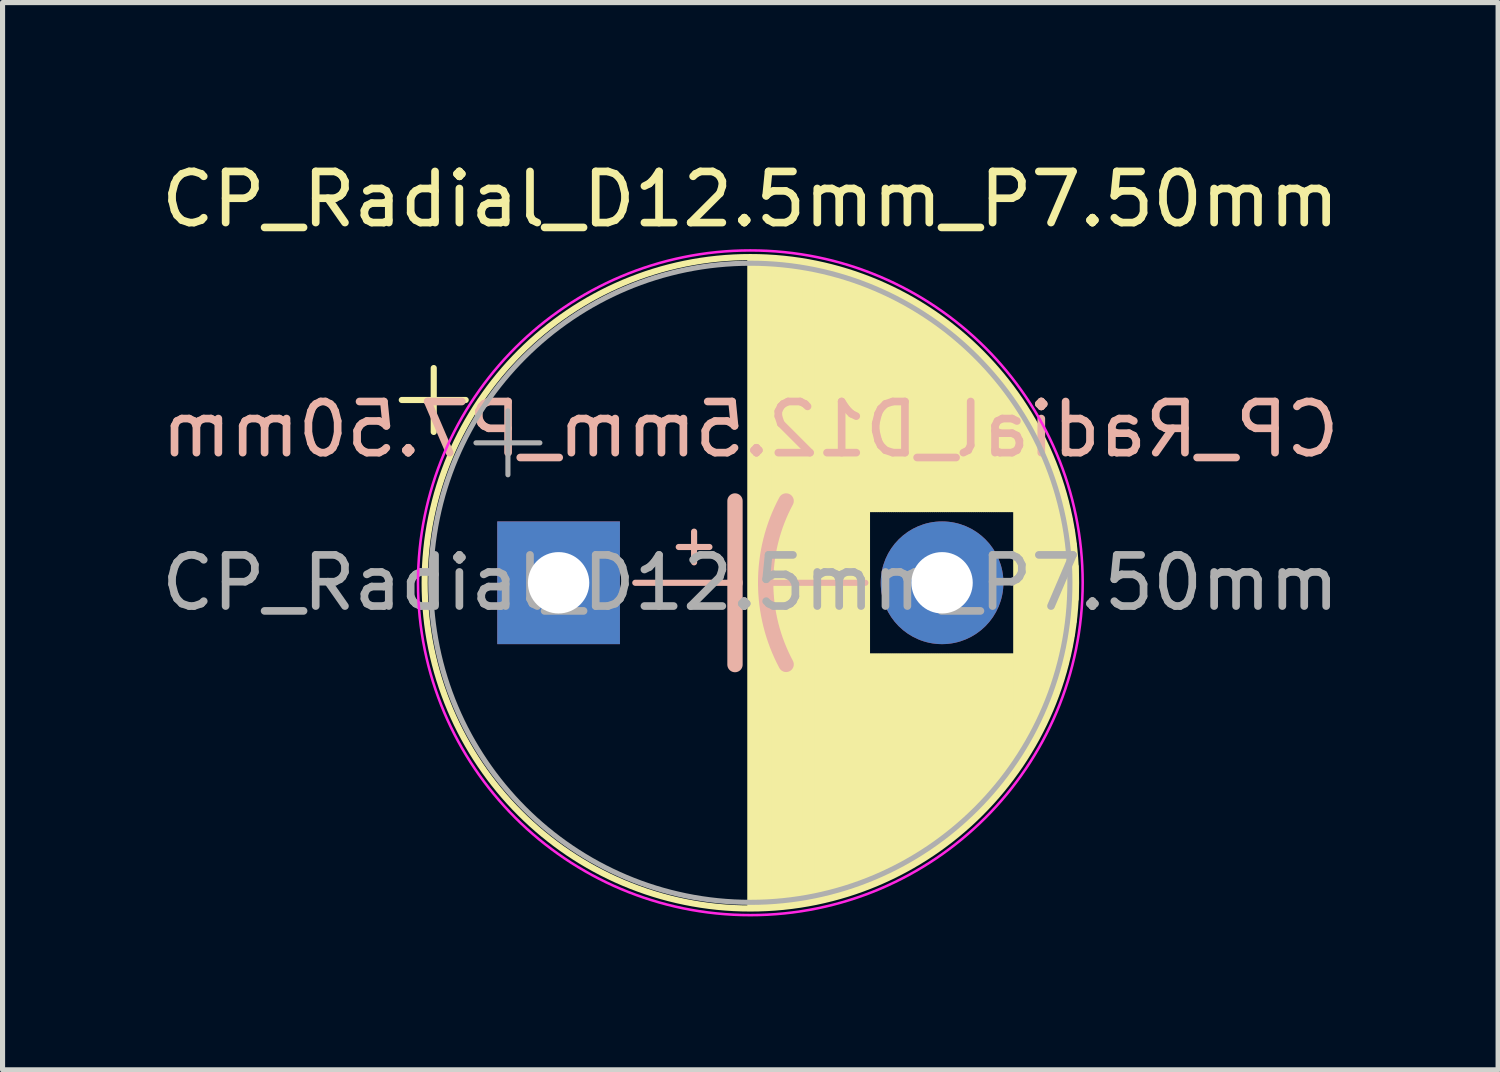
<source format=kicad_pcb>
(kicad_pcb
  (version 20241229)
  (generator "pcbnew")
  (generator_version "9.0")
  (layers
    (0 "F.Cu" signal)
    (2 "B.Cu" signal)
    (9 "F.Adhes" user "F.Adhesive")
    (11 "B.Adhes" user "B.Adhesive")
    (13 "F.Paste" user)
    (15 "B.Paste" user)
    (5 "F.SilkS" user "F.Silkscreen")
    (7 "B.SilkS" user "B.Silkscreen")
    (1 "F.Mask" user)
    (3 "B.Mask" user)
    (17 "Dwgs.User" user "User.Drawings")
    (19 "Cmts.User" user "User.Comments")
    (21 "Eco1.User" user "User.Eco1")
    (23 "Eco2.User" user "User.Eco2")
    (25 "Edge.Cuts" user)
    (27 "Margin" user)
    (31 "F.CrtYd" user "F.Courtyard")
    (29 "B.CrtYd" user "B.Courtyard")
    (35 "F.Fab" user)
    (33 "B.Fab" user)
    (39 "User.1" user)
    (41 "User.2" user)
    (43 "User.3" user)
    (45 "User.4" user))
  (footprint "CP_Radial_D12.5mm_P7.50mm"
    (layer "F.Cu")
    (at 7.875 8.348)
    (property "Reference" "CP_Radial_D12.5mm_P7.50mm" (at 3.75 -7.5 0) (layer "F.SilkS") (effects (font (size 1 1) (thickness 0.15))))
    (fp_line (start -3.067 -3.575) (end -1.817 -3.575) (stroke (width 0.12) (type solid)) (layer "F.SilkS"))
    (fp_line (start -2.442 -4.2) (end -2.442 -2.95) (stroke (width 0.12) (type solid)) (layer "F.SilkS"))
    (fp_line (start 3.75 -6.33) (end 3.75 6.33) (stroke (width 0.12) (type solid)) (layer "F.SilkS"))
    (fp_line (start 3.79 -6.33) (end 3.79 6.33) (stroke (width 0.12) (type solid)) (layer "F.SilkS"))
    (fp_line (start 3.83 -6.33) (end 3.83 6.33) (stroke (width 0.12) (type solid)) (layer "F.SilkS"))
    (fp_line (start 3.87 -6.329) (end 3.87 6.329) (stroke (width 0.12) (type solid)) (layer "F.SilkS"))
    (fp_line (start 3.91 -6.328) (end 3.91 6.328) (stroke (width 0.12) (type solid)) (layer "F.SilkS"))
    (fp_line (start 3.95 -6.327) (end 3.95 6.327) (stroke (width 0.12) (type solid)) (layer "F.SilkS"))
    (fp_line (start 3.99 -6.326) (end 3.99 6.326) (stroke (width 0.12) (type solid)) (layer "F.SilkS"))
    (fp_line (start 4.03 -6.324) (end 4.03 6.324) (stroke (width 0.12) (type solid)) (layer "F.SilkS"))
    (fp_line (start 4.07 -6.322) (end 4.07 6.322) (stroke (width 0.12) (type solid)) (layer "F.SilkS"))
    (fp_line (start 4.11 -6.32) (end 4.11 6.32) (stroke (width 0.12) (type solid)) (layer "F.SilkS"))
    (fp_line (start 4.15 -6.318) (end 4.15 6.318) (stroke (width 0.12) (type solid)) (layer "F.SilkS"))
    (fp_line (start 4.19 -6.315) (end 4.19 6.315) (stroke (width 0.12) (type solid)) (layer "F.SilkS"))
    (fp_line (start 4.23 -6.312) (end 4.23 6.312) (stroke (width 0.12) (type solid)) (layer "F.SilkS"))
    (fp_line (start 4.27 -6.309) (end 4.27 6.309) (stroke (width 0.12) (type solid)) (layer "F.SilkS"))
    (fp_line (start 4.31 -6.306) (end 4.31 6.306) (stroke (width 0.12) (type solid)) (layer "F.SilkS"))
    (fp_line (start 4.35 -6.302) (end 4.35 6.302) (stroke (width 0.12) (type solid)) (layer "F.SilkS"))
    (fp_line (start 4.39 -6.298) (end 4.39 6.298) (stroke (width 0.12) (type solid)) (layer "F.SilkS"))
    (fp_line (start 4.43 -6.294) (end 4.43 6.294) (stroke (width 0.12) (type solid)) (layer "F.SilkS"))
    (fp_line (start 4.471 -6.29) (end 4.471 6.29) (stroke (width 0.12) (type solid)) (layer "F.SilkS"))
    (fp_line (start 4.511 -6.285) (end 4.511 6.285) (stroke (width 0.12) (type solid)) (layer "F.SilkS"))
    (fp_line (start 4.551 -6.28) (end 4.551 6.28) (stroke (width 0.12) (type solid)) (layer "F.SilkS"))
    (fp_line (start 4.591 -6.275) (end 4.591 6.275) (stroke (width 0.12) (type solid)) (layer "F.SilkS"))
    (fp_line (start 4.631 -6.269) (end 4.631 6.269) (stroke (width 0.12) (type solid)) (layer "F.SilkS"))
    (fp_line (start 4.671 -6.264) (end 4.671 6.264) (stroke (width 0.12) (type solid)) (layer "F.SilkS"))
    (fp_line (start 4.711 -6.258) (end 4.711 6.258) (stroke (width 0.12) (type solid)) (layer "F.SilkS"))
    (fp_line (start 4.751 -6.252) (end 4.751 6.252) (stroke (width 0.12) (type solid)) (layer "F.SilkS"))
    (fp_line (start 4.791 -6.245) (end 4.791 6.245) (stroke (width 0.12) (type solid)) (layer "F.SilkS"))
    (fp_line (start 4.831 -6.238) (end 4.831 6.238) (stroke (width 0.12) (type solid)) (layer "F.SilkS"))
    (fp_line (start 4.871 -6.231) (end 4.871 6.231) (stroke (width 0.12) (type solid)) (layer "F.SilkS"))
    (fp_line (start 4.911 -6.224) (end 4.911 6.224) (stroke (width 0.12) (type solid)) (layer "F.SilkS"))
    (fp_line (start 4.951 -6.216) (end 4.951 6.216) (stroke (width 0.12) (type solid)) (layer "F.SilkS"))
    (fp_line (start 4.991 -6.209) (end 4.991 6.209) (stroke (width 0.12) (type solid)) (layer "F.SilkS"))
    (fp_line (start 5.031 -6.201) (end 5.031 6.201) (stroke (width 0.12) (type solid)) (layer "F.SilkS"))
    (fp_line (start 5.071 -6.192) (end 5.071 6.192) (stroke (width 0.12) (type solid)) (layer "F.SilkS"))
    (fp_line (start 5.111 -6.184) (end 5.111 6.184) (stroke (width 0.12) (type solid)) (layer "F.SilkS"))
    (fp_line (start 5.151 -6.175) (end 5.151 6.175) (stroke (width 0.12) (type solid)) (layer "F.SilkS"))
    (fp_line (start 5.191 -6.166) (end 5.191 6.166) (stroke (width 0.12) (type solid)) (layer "F.SilkS"))
    (fp_line (start 5.231 -6.156) (end 5.231 6.156) (stroke (width 0.12) (type solid)) (layer "F.SilkS"))
    (fp_line (start 5.271 -6.146) (end 5.271 6.146) (stroke (width 0.12) (type solid)) (layer "F.SilkS"))
    (fp_line (start 5.311 -6.137) (end 5.311 6.137) (stroke (width 0.12) (type solid)) (layer "F.SilkS"))
    (fp_line (start 5.351 -6.126) (end 5.351 6.126) (stroke (width 0.12) (type solid)) (layer "F.SilkS"))
    (fp_line (start 5.391 -6.116) (end 5.391 6.116) (stroke (width 0.12) (type solid)) (layer "F.SilkS"))
    (fp_line (start 5.431 -6.105) (end 5.431 6.105) (stroke (width 0.12) (type solid)) (layer "F.SilkS"))
    (fp_line (start 5.471 -6.094) (end 5.471 6.094) (stroke (width 0.12) (type solid)) (layer "F.SilkS"))
    (fp_line (start 5.511 -6.083) (end 5.511 6.083) (stroke (width 0.12) (type solid)) (layer "F.SilkS"))
    (fp_line (start 5.551 -6.071) (end 5.551 6.071) (stroke (width 0.12) (type solid)) (layer "F.SilkS"))
    (fp_line (start 5.591 -6.059) (end 5.591 6.059) (stroke (width 0.12) (type solid)) (layer "F.SilkS"))
    (fp_line (start 5.631 -6.047) (end 5.631 6.047) (stroke (width 0.12) (type solid)) (layer "F.SilkS"))
    (fp_line (start 5.671 -6.034) (end 5.671 6.034) (stroke (width 0.12) (type solid)) (layer "F.SilkS"))
    (fp_line (start 5.711 -6.021) (end 5.711 6.021) (stroke (width 0.12) (type solid)) (layer "F.SilkS"))
    (fp_line (start 5.751 -6.008) (end 5.751 6.008) (stroke (width 0.12) (type solid)) (layer "F.SilkS"))
    (fp_line (start 5.791 -5.995) (end 5.791 5.995) (stroke (width 0.12) (type solid)) (layer "F.SilkS"))
    (fp_line (start 5.831 -5.981) (end 5.831 5.981) (stroke (width 0.12) (type solid)) (layer "F.SilkS"))
    (fp_line (start 5.871 -5.967) (end 5.871 5.967) (stroke (width 0.12) (type solid)) (layer "F.SilkS"))
    (fp_line (start 5.911 -5.953) (end 5.911 5.953) (stroke (width 0.12) (type solid)) (layer "F.SilkS"))
    (fp_line (start 5.951 -5.939) (end 5.951 5.939) (stroke (width 0.12) (type solid)) (layer "F.SilkS"))
    (fp_line (start 5.991 -5.924) (end 5.991 5.924) (stroke (width 0.12) (type solid)) (layer "F.SilkS"))
    (fp_line (start 6.031 -5.908) (end 6.031 5.908) (stroke (width 0.12) (type solid)) (layer "F.SilkS"))
    (fp_line (start 6.071 -5.893) (end 6.071 -1.44) (stroke (width 0.12) (type solid)) (layer "F.SilkS"))
    (fp_line (start 6.071 1.44) (end 6.071 5.893) (stroke (width 0.12) (type solid)) (layer "F.SilkS"))
    (fp_line (start 6.111 -5.877) (end 6.111 -1.44) (stroke (width 0.12) (type solid)) (layer "F.SilkS"))
    (fp_line (start 6.111 1.44) (end 6.111 5.877) (stroke (width 0.12) (type solid)) (layer "F.SilkS"))
    (fp_line (start 6.151 -5.861) (end 6.151 -1.44) (stroke (width 0.12) (type solid)) (layer "F.SilkS"))
    (fp_line (start 6.151 1.44) (end 6.151 5.861) (stroke (width 0.12) (type solid)) (layer "F.SilkS"))
    (fp_line (start 6.191 -5.845) (end 6.191 -1.44) (stroke (width 0.12) (type solid)) (layer "F.SilkS"))
    (fp_line (start 6.191 1.44) (end 6.191 5.845) (stroke (width 0.12) (type solid)) (layer "F.SilkS"))
    (fp_line (start 6.231 -5.828) (end 6.231 -1.44) (stroke (width 0.12) (type solid)) (layer "F.SilkS"))
    (fp_line (start 6.231 1.44) (end 6.231 5.828) (stroke (width 0.12) (type solid)) (layer "F.SilkS"))
    (fp_line (start 6.271 -5.811) (end 6.271 -1.44) (stroke (width 0.12) (type solid)) (layer "F.SilkS"))
    (fp_line (start 6.271 1.44) (end 6.271 5.811) (stroke (width 0.12) (type solid)) (layer "F.SilkS"))
    (fp_line (start 6.311 -5.793) (end 6.311 -1.44) (stroke (width 0.12) (type solid)) (layer "F.SilkS"))
    (fp_line (start 6.311 1.44) (end 6.311 5.793) (stroke (width 0.12) (type solid)) (layer "F.SilkS"))
    (fp_line (start 6.351 -5.776) (end 6.351 -1.44) (stroke (width 0.12) (type solid)) (layer "F.SilkS"))
    (fp_line (start 6.351 1.44) (end 6.351 5.776) (stroke (width 0.12) (type solid)) (layer "F.SilkS"))
    (fp_line (start 6.391 -5.758) (end 6.391 -1.44) (stroke (width 0.12) (type solid)) (layer "F.SilkS"))
    (fp_line (start 6.391 1.44) (end 6.391 5.758) (stroke (width 0.12) (type solid)) (layer "F.SilkS"))
    (fp_line (start 6.431 -5.739) (end 6.431 -1.44) (stroke (width 0.12) (type solid)) (layer "F.SilkS"))
    (fp_line (start 6.431 1.44) (end 6.431 5.739) (stroke (width 0.12) (type solid)) (layer "F.SilkS"))
    (fp_line (start 6.471 -5.721) (end 6.471 -1.44) (stroke (width 0.12) (type solid)) (layer "F.SilkS"))
    (fp_line (start 6.471 1.44) (end 6.471 5.721) (stroke (width 0.12) (type solid)) (layer "F.SilkS"))
    (fp_line (start 6.511 -5.702) (end 6.511 -1.44) (stroke (width 0.12) (type solid)) (layer "F.SilkS"))
    (fp_line (start 6.511 1.44) (end 6.511 5.702) (stroke (width 0.12) (type solid)) (layer "F.SilkS"))
    (fp_line (start 6.551 -5.682) (end 6.551 -1.44) (stroke (width 0.12) (type solid)) (layer "F.SilkS"))
    (fp_line (start 6.551 1.44) (end 6.551 5.682) (stroke (width 0.12) (type solid)) (layer "F.SilkS"))
    (fp_line (start 6.591 -5.662) (end 6.591 -1.44) (stroke (width 0.12) (type solid)) (layer "F.SilkS"))
    (fp_line (start 6.591 1.44) (end 6.591 5.662) (stroke (width 0.12) (type solid)) (layer "F.SilkS"))
    (fp_line (start 6.631 -5.642) (end 6.631 -1.44) (stroke (width 0.12) (type solid)) (layer "F.SilkS"))
    (fp_line (start 6.631 1.44) (end 6.631 5.642) (stroke (width 0.12) (type solid)) (layer "F.SilkS"))
    (fp_line (start 6.671 -5.622) (end 6.671 -1.44) (stroke (width 0.12) (type solid)) (layer "F.SilkS"))
    (fp_line (start 6.671 1.44) (end 6.671 5.622) (stroke (width 0.12) (type solid)) (layer "F.SilkS"))
    (fp_line (start 6.711 -5.601) (end 6.711 -1.44) (stroke (width 0.12) (type solid)) (layer "F.SilkS"))
    (fp_line (start 6.711 1.44) (end 6.711 5.601) (stroke (width 0.12) (type solid)) (layer "F.SilkS"))
    (fp_line (start 6.751 -5.58) (end 6.751 -1.44) (stroke (width 0.12) (type solid)) (layer "F.SilkS"))
    (fp_line (start 6.751 1.44) (end 6.751 5.58) (stroke (width 0.12) (type solid)) (layer "F.SilkS"))
    (fp_line (start 6.791 -5.558) (end 6.791 -1.44) (stroke (width 0.12) (type solid)) (layer "F.SilkS"))
    (fp_line (start 6.791 1.44) (end 6.791 5.558) (stroke (width 0.12) (type solid)) (layer "F.SilkS"))
    (fp_line (start 6.831 -5.536) (end 6.831 -1.44) (stroke (width 0.12) (type solid)) (layer "F.SilkS"))
    (fp_line (start 6.831 1.44) (end 6.831 5.536) (stroke (width 0.12) (type solid)) (layer "F.SilkS"))
    (fp_line (start 6.871 -5.514) (end 6.871 -1.44) (stroke (width 0.12) (type solid)) (layer "F.SilkS"))
    (fp_line (start 6.871 1.44) (end 6.871 5.514) (stroke (width 0.12) (type solid)) (layer "F.SilkS"))
    (fp_line (start 6.911 -5.491) (end 6.911 -1.44) (stroke (width 0.12) (type solid)) (layer "F.SilkS"))
    (fp_line (start 6.911 1.44) (end 6.911 5.491) (stroke (width 0.12) (type solid)) (layer "F.SilkS"))
    (fp_line (start 6.951 -5.468) (end 6.951 -1.44) (stroke (width 0.12) (type solid)) (layer "F.SilkS"))
    (fp_line (start 6.951 1.44) (end 6.951 5.468) (stroke (width 0.12) (type solid)) (layer "F.SilkS"))
    (fp_line (start 6.991 -5.445) (end 6.991 -1.44) (stroke (width 0.12) (type solid)) (layer "F.SilkS"))
    (fp_line (start 6.991 1.44) (end 6.991 5.445) (stroke (width 0.12) (type solid)) (layer "F.SilkS"))
    (fp_line (start 7.031 -5.421) (end 7.031 -1.44) (stroke (width 0.12) (type solid)) (layer "F.SilkS"))
    (fp_line (start 7.031 1.44) (end 7.031 5.421) (stroke (width 0.12) (type solid)) (layer "F.SilkS"))
    (fp_line (start 7.071 -5.397) (end 7.071 -1.44) (stroke (width 0.12) (type solid)) (layer "F.SilkS"))
    (fp_line (start 7.071 1.44) (end 7.071 5.397) (stroke (width 0.12) (type solid)) (layer "F.SilkS"))
    (fp_line (start 7.111 -5.372) (end 7.111 -1.44) (stroke (width 0.12) (type solid)) (layer "F.SilkS"))
    (fp_line (start 7.111 1.44) (end 7.111 5.372) (stroke (width 0.12) (type solid)) (layer "F.SilkS"))
    (fp_line (start 7.151 -5.347) (end 7.151 -1.44) (stroke (width 0.12) (type solid)) (layer "F.SilkS"))
    (fp_line (start 7.151 1.44) (end 7.151 5.347) (stroke (width 0.12) (type solid)) (layer "F.SilkS"))
    (fp_line (start 7.191 -5.322) (end 7.191 -1.44) (stroke (width 0.12) (type solid)) (layer "F.SilkS"))
    (fp_line (start 7.191 1.44) (end 7.191 5.322) (stroke (width 0.12) (type solid)) (layer "F.SilkS"))
    (fp_line (start 7.231 -5.296) (end 7.231 -1.44) (stroke (width 0.12) (type solid)) (layer "F.SilkS"))
    (fp_line (start 7.231 1.44) (end 7.231 5.296) (stroke (width 0.12) (type solid)) (layer "F.SilkS"))
    (fp_line (start 7.271 -5.27) (end 7.271 -1.44) (stroke (width 0.12) (type solid)) (layer "F.SilkS"))
    (fp_line (start 7.271 1.44) (end 7.271 5.27) (stroke (width 0.12) (type solid)) (layer "F.SilkS"))
    (fp_line (start 7.311 -5.243) (end 7.311 -1.44) (stroke (width 0.12) (type solid)) (layer "F.SilkS"))
    (fp_line (start 7.311 1.44) (end 7.311 5.243) (stroke (width 0.12) (type solid)) (layer "F.SilkS"))
    (fp_line (start 7.351 -5.216) (end 7.351 -1.44) (stroke (width 0.12) (type solid)) (layer "F.SilkS"))
    (fp_line (start 7.351 1.44) (end 7.351 5.216) (stroke (width 0.12) (type solid)) (layer "F.SilkS"))
    (fp_line (start 7.391 -5.188) (end 7.391 -1.44) (stroke (width 0.12) (type solid)) (layer "F.SilkS"))
    (fp_line (start 7.391 1.44) (end 7.391 5.188) (stroke (width 0.12) (type solid)) (layer "F.SilkS"))
    (fp_line (start 7.431 -5.16) (end 7.431 -1.44) (stroke (width 0.12) (type solid)) (layer "F.SilkS"))
    (fp_line (start 7.431 1.44) (end 7.431 5.16) (stroke (width 0.12) (type solid)) (layer "F.SilkS"))
    (fp_line (start 7.471 -5.131) (end 7.471 -1.44) (stroke (width 0.12) (type solid)) (layer "F.SilkS"))
    (fp_line (start 7.471 1.44) (end 7.471 5.131) (stroke (width 0.12) (type solid)) (layer "F.SilkS"))
    (fp_line (start 7.511 -5.102) (end 7.511 -1.44) (stroke (width 0.12) (type solid)) (layer "F.SilkS"))
    (fp_line (start 7.511 1.44) (end 7.511 5.102) (stroke (width 0.12) (type solid)) (layer "F.SilkS"))
    (fp_line (start 7.551 -5.073) (end 7.551 -1.44) (stroke (width 0.12) (type solid)) (layer "F.SilkS"))
    (fp_line (start 7.551 1.44) (end 7.551 5.073) (stroke (width 0.12) (type solid)) (layer "F.SilkS"))
    (fp_line (start 7.591 -5.043) (end 7.591 -1.44) (stroke (width 0.12) (type solid)) (layer "F.SilkS"))
    (fp_line (start 7.591 1.44) (end 7.591 5.043) (stroke (width 0.12) (type solid)) (layer "F.SilkS"))
    (fp_line (start 7.631 -5.012) (end 7.631 -1.44) (stroke (width 0.12) (type solid)) (layer "F.SilkS"))
    (fp_line (start 7.631 1.44) (end 7.631 5.012) (stroke (width 0.12) (type solid)) (layer "F.SilkS"))
    (fp_line (start 7.671 -4.982) (end 7.671 -1.44) (stroke (width 0.12) (type solid)) (layer "F.SilkS"))
    (fp_line (start 7.671 1.44) (end 7.671 4.982) (stroke (width 0.12) (type solid)) (layer "F.SilkS"))
    (fp_line (start 7.711 -4.95) (end 7.711 -1.44) (stroke (width 0.12) (type solid)) (layer "F.SilkS"))
    (fp_line (start 7.711 1.44) (end 7.711 4.95) (stroke (width 0.12) (type solid)) (layer "F.SilkS"))
    (fp_line (start 7.751 -4.918) (end 7.751 -1.44) (stroke (width 0.12) (type solid)) (layer "F.SilkS"))
    (fp_line (start 7.751 1.44) (end 7.751 4.918) (stroke (width 0.12) (type solid)) (layer "F.SilkS"))
    (fp_line (start 7.791 -4.885) (end 7.791 -1.44) (stroke (width 0.12) (type solid)) (layer "F.SilkS"))
    (fp_line (start 7.791 1.44) (end 7.791 4.885) (stroke (width 0.12) (type solid)) (layer "F.SilkS"))
    (fp_line (start 7.831 -4.852) (end 7.831 -1.44) (stroke (width 0.12) (type solid)) (layer "F.SilkS"))
    (fp_line (start 7.831 1.44) (end 7.831 4.852) (stroke (width 0.12) (type solid)) (layer "F.SilkS"))
    (fp_line (start 7.871 -4.819) (end 7.871 -1.44) (stroke (width 0.12) (type solid)) (layer "F.SilkS"))
    (fp_line (start 7.871 1.44) (end 7.871 4.819) (stroke (width 0.12) (type solid)) (layer "F.SilkS"))
    (fp_line (start 7.911 -4.785) (end 7.911 -1.44) (stroke (width 0.12) (type solid)) (layer "F.SilkS"))
    (fp_line (start 7.911 1.44) (end 7.911 4.785) (stroke (width 0.12) (type solid)) (layer "F.SilkS"))
    (fp_line (start 7.951 -4.75) (end 7.951 -1.44) (stroke (width 0.12) (type solid)) (layer "F.SilkS"))
    (fp_line (start 7.951 1.44) (end 7.951 4.75) (stroke (width 0.12) (type solid)) (layer "F.SilkS"))
    (fp_line (start 7.991 -4.714) (end 7.991 -1.44) (stroke (width 0.12) (type solid)) (layer "F.SilkS"))
    (fp_line (start 7.991 1.44) (end 7.991 4.714) (stroke (width 0.12) (type solid)) (layer "F.SilkS"))
    (fp_line (start 8.031 -4.678) (end 8.031 -1.44) (stroke (width 0.12) (type solid)) (layer "F.SilkS"))
    (fp_line (start 8.031 1.44) (end 8.031 4.678) (stroke (width 0.12) (type solid)) (layer "F.SilkS"))
    (fp_line (start 8.071 -4.642) (end 8.071 -1.44) (stroke (width 0.12) (type solid)) (layer "F.SilkS"))
    (fp_line (start 8.071 1.44) (end 8.071 4.642) (stroke (width 0.12) (type solid)) (layer "F.SilkS"))
    (fp_line (start 8.111 -4.605) (end 8.111 -1.44) (stroke (width 0.12) (type solid)) (layer "F.SilkS"))
    (fp_line (start 8.111 1.44) (end 8.111 4.605) (stroke (width 0.12) (type solid)) (layer "F.SilkS"))
    (fp_line (start 8.151 -4.567) (end 8.151 -1.44) (stroke (width 0.12) (type solid)) (layer "F.SilkS"))
    (fp_line (start 8.151 1.44) (end 8.151 4.567) (stroke (width 0.12) (type solid)) (layer "F.SilkS"))
    (fp_line (start 8.191 -4.528) (end 8.191 -1.44) (stroke (width 0.12) (type solid)) (layer "F.SilkS"))
    (fp_line (start 8.191 1.44) (end 8.191 4.528) (stroke (width 0.12) (type solid)) (layer "F.SilkS"))
    (fp_line (start 8.231 -4.489) (end 8.231 -1.44) (stroke (width 0.12) (type solid)) (layer "F.SilkS"))
    (fp_line (start 8.231 1.44) (end 8.231 4.489) (stroke (width 0.12) (type solid)) (layer "F.SilkS"))
    (fp_line (start 8.271 -4.449) (end 8.271 -1.44) (stroke (width 0.12) (type solid)) (layer "F.SilkS"))
    (fp_line (start 8.271 1.44) (end 8.271 4.449) (stroke (width 0.12) (type solid)) (layer "F.SilkS"))
    (fp_line (start 8.311 -4.408) (end 8.311 -1.44) (stroke (width 0.12) (type solid)) (layer "F.SilkS"))
    (fp_line (start 8.311 1.44) (end 8.311 4.408) (stroke (width 0.12) (type solid)) (layer "F.SilkS"))
    (fp_line (start 8.351 -4.367) (end 8.351 -1.44) (stroke (width 0.12) (type solid)) (layer "F.SilkS"))
    (fp_line (start 8.351 1.44) (end 8.351 4.367) (stroke (width 0.12) (type solid)) (layer "F.SilkS"))
    (fp_line (start 8.391 -4.325) (end 8.391 -1.44) (stroke (width 0.12) (type solid)) (layer "F.SilkS"))
    (fp_line (start 8.391 1.44) (end 8.391 4.325) (stroke (width 0.12) (type solid)) (layer "F.SilkS"))
    (fp_line (start 8.431 -4.282) (end 8.431 -1.44) (stroke (width 0.12) (type solid)) (layer "F.SilkS"))
    (fp_line (start 8.431 1.44) (end 8.431 4.282) (stroke (width 0.12) (type solid)) (layer "F.SilkS"))
    (fp_line (start 8.471 -4.238) (end 8.471 -1.44) (stroke (width 0.12) (type solid)) (layer "F.SilkS"))
    (fp_line (start 8.471 1.44) (end 8.471 4.238) (stroke (width 0.12) (type solid)) (layer "F.SilkS"))
    (fp_line (start 8.511 -4.194) (end 8.511 -1.44) (stroke (width 0.12) (type solid)) (layer "F.SilkS"))
    (fp_line (start 8.511 1.44) (end 8.511 4.194) (stroke (width 0.12) (type solid)) (layer "F.SilkS"))
    (fp_line (start 8.551 -4.148) (end 8.551 -1.44) (stroke (width 0.12) (type solid)) (layer "F.SilkS"))
    (fp_line (start 8.551 1.44) (end 8.551 4.148) (stroke (width 0.12) (type solid)) (layer "F.SilkS"))
    (fp_line (start 8.591 -4.102) (end 8.591 -1.44) (stroke (width 0.12) (type solid)) (layer "F.SilkS"))
    (fp_line (start 8.591 1.44) (end 8.591 4.102) (stroke (width 0.12) (type solid)) (layer "F.SilkS"))
    (fp_line (start 8.631 -4.055) (end 8.631 -1.44) (stroke (width 0.12) (type solid)) (layer "F.SilkS"))
    (fp_line (start 8.631 1.44) (end 8.631 4.055) (stroke (width 0.12) (type solid)) (layer "F.SilkS"))
    (fp_line (start 8.671 -4.007) (end 8.671 -1.44) (stroke (width 0.12) (type solid)) (layer "F.SilkS"))
    (fp_line (start 8.671 1.44) (end 8.671 4.007) (stroke (width 0.12) (type solid)) (layer "F.SilkS"))
    (fp_line (start 8.711 -3.957) (end 8.711 -1.44) (stroke (width 0.12) (type solid)) (layer "F.SilkS"))
    (fp_line (start 8.711 1.44) (end 8.711 3.957) (stroke (width 0.12) (type solid)) (layer "F.SilkS"))
    (fp_line (start 8.751 -3.907) (end 8.751 -1.44) (stroke (width 0.12) (type solid)) (layer "F.SilkS"))
    (fp_line (start 8.751 1.44) (end 8.751 3.907) (stroke (width 0.12) (type solid)) (layer "F.SilkS"))
    (fp_line (start 8.791 -3.856) (end 8.791 -1.44) (stroke (width 0.12) (type solid)) (layer "F.SilkS"))
    (fp_line (start 8.791 1.44) (end 8.791 3.856) (stroke (width 0.12) (type solid)) (layer "F.SilkS"))
    (fp_line (start 8.831 -3.804) (end 8.831 -1.44) (stroke (width 0.12) (type solid)) (layer "F.SilkS"))
    (fp_line (start 8.831 1.44) (end 8.831 3.804) (stroke (width 0.12) (type solid)) (layer "F.SilkS"))
    (fp_line (start 8.871 -3.75) (end 8.871 -1.44) (stroke (width 0.12) (type solid)) (layer "F.SilkS"))
    (fp_line (start 8.871 1.44) (end 8.871 3.75) (stroke (width 0.12) (type solid)) (layer "F.SilkS"))
    (fp_line (start 8.911 -3.696) (end 8.911 -1.44) (stroke (width 0.12) (type solid)) (layer "F.SilkS"))
    (fp_line (start 8.911 1.44) (end 8.911 3.696) (stroke (width 0.12) (type solid)) (layer "F.SilkS"))
    (fp_line (start 8.951 -3.64) (end 8.951 3.64) (stroke (width 0.12) (type solid)) (layer "F.SilkS"))
    (fp_line (start 8.991 -3.583) (end 8.991 3.583) (stroke (width 0.12) (type solid)) (layer "F.SilkS"))
    (fp_line (start 9.031 -3.524) (end 9.031 3.524) (stroke (width 0.12) (type solid)) (layer "F.SilkS"))
    (fp_line (start 9.071 -3.464) (end 9.071 3.464) (stroke (width 0.12) (type solid)) (layer "F.SilkS"))
    (fp_line (start 9.111 -3.402) (end 9.111 3.402) (stroke (width 0.12) (type solid)) (layer "F.SilkS"))
    (fp_line (start 9.151 -3.339) (end 9.151 3.339) (stroke (width 0.12) (type solid)) (layer "F.SilkS"))
    (fp_line (start 9.191 -3.275) (end 9.191 3.275) (stroke (width 0.12) (type solid)) (layer "F.SilkS"))
    (fp_line (start 9.231 -3.208) (end 9.231 3.208) (stroke (width 0.12) (type solid)) (layer "F.SilkS"))
    (fp_line (start 9.271 -3.14) (end 9.271 3.14) (stroke (width 0.12) (type solid)) (layer "F.SilkS"))
    (fp_line (start 9.311 -3.069) (end 9.311 3.069) (stroke (width 0.12) (type solid)) (layer "F.SilkS"))
    (fp_line (start 9.351 -2.996) (end 9.351 2.996) (stroke (width 0.12) (type solid)) (layer "F.SilkS"))
    (fp_line (start 9.391 -2.921) (end 9.391 2.921) (stroke (width 0.12) (type solid)) (layer "F.SilkS"))
    (fp_line (start 9.431 -2.844) (end 9.431 2.844) (stroke (width 0.12) (type solid)) (layer "F.SilkS"))
    (fp_line (start 9.471 -2.764) (end 9.471 2.764) (stroke (width 0.12) (type solid)) (layer "F.SilkS"))
    (fp_line (start 9.511 -2.681) (end 9.511 2.681) (stroke (width 0.12) (type solid)) (layer "F.SilkS"))
    (fp_line (start 9.551 -2.594) (end 9.551 2.594) (stroke (width 0.12) (type solid)) (layer "F.SilkS"))
    (fp_line (start 9.591 -2.504) (end 9.591 2.504) (stroke (width 0.12) (type solid)) (layer "F.SilkS"))
    (fp_line (start 9.631 -2.41) (end 9.631 2.41) (stroke (width 0.12) (type solid)) (layer "F.SilkS"))
    (fp_line (start 9.671 -2.312) (end 9.671 2.312) (stroke (width 0.12) (type solid)) (layer "F.SilkS"))
    (fp_line (start 9.711 -2.209) (end 9.711 2.209) (stroke (width 0.12) (type solid)) (layer "F.SilkS"))
    (fp_line (start 9.751 -2.1) (end 9.751 2.1) (stroke (width 0.12) (type solid)) (layer "F.SilkS"))
    (fp_line (start 9.791 -1.984) (end 9.791 1.984) (stroke (width 0.12) (type solid)) (layer "F.SilkS"))
    (fp_line (start 9.831 -1.861) (end 9.831 1.861) (stroke (width 0.12) (type solid)) (layer "F.SilkS"))
    (fp_line (start 9.871 -1.728) (end 9.871 1.728) (stroke (width 0.12) (type solid)) (layer "F.SilkS"))
    (fp_line (start 9.911 -1.583) (end 9.911 1.583) (stroke (width 0.12) (type solid)) (layer "F.SilkS"))
    (fp_line (start 9.951 -1.422) (end 9.951 1.422) (stroke (width 0.12) (type solid)) (layer "F.SilkS"))
    (fp_line (start 9.991 -1.241) (end 9.991 1.241) (stroke (width 0.12) (type solid)) (layer "F.SilkS"))
    (fp_line (start 10.031 -1.028) (end 10.031 1.028) (stroke (width 0.12) (type solid)) (layer "F.SilkS"))
    (fp_line (start 10.071 -0.757) (end 10.071 0.757) (stroke (width 0.12) (type solid)) (layer "F.SilkS"))
    (fp_line (start 10.111 -0.317) (end 10.111 0.317) (stroke (width 0.12) (type solid)) (layer "F.SilkS"))
    (fp_circle (center 3.75 0) (end 10.12 0) (stroke (width 0.12) (type solid)) (fill no) (layer "F.SilkS"))
    (fp_line (start 1.5 0) (end 3.45 0) (stroke (width 0.12) (type solid)) (layer "B.SilkS"))
    (fp_line (start 2.35 -0.7) (end 2.95 -0.7) (stroke (width 0.12) (type solid)) (layer "B.SilkS"))
    (fp_line (start 2.65 -0.4) (end 2.65 -1) (stroke (width 0.12) (type solid)) (layer "B.SilkS"))
    (fp_line (start 3.45 0) (end 3.45 -1.6) (stroke (width 0.3) (type solid)) (layer "B.SilkS"))
    (fp_line (start 3.45 0) (end 3.45 1.6) (stroke (width 0.3) (type solid)) (layer "B.SilkS"))
    (fp_line (start 6 0) (end 4.05 0) (stroke (width 0.12) (type solid)) (layer "B.SilkS"))
    (fp_arc (start 4.05 0) (mid 4.150512 -0.824872) (end 4.45 -1.6) (stroke (width 0.3) (type solid)) (layer "B.SilkS"))
    (fp_arc (start 4.45 1.596157) (mid 4.151651 0.822725) (end 4.05 0) (stroke (width 0.3) (type solid)) (layer "B.SilkS"))
    (fp_circle (center 3.75 0) (end 10.25 0) (stroke (width 0.05) (type solid)) (fill no) (layer "F.CrtYd"))
    (fp_line (start -1.616 -2.737) (end -0.366 -2.737) (stroke (width 0.1) (type solid)) (layer "F.Fab"))
    (fp_line (start -0.991 -3.362) (end -0.991 -2.112) (stroke (width 0.1) (type solid)) (layer "F.Fab"))
    (fp_circle (center 3.75 0) (end 10 0) (stroke (width 0.1) (type solid)) (fill no) (layer "F.Fab"))
    (fp_text user "${REFERENCE}" (at 3.75 -3 0) (layer "B.SilkS") (effects (font (size 1 1) (thickness 0.15)) (justify mirror)))
    (fp_text user "${REFERENCE}" (at 3.75 0 0) (layer "F.Fab") (effects (font (size 1 1) (thickness 0.15))))
    (pad "1" thru_hole rect (at 0 0) (size 2.4 2.4) (drill 1.2) (layers "*.Cu" "*.Mask"))
    (pad "2" thru_hole circle (at 7.5 0) (size 2.4 2.4) (drill 1.2) (layers "*.Cu" "*.Mask")))
  (gr_rect
    (start -3 -3)
    (end 26.25 17.873)
    (stroke (width 0.1) (type default))
    (fill no)
    (layer "Edge.Cuts")))
</source>
